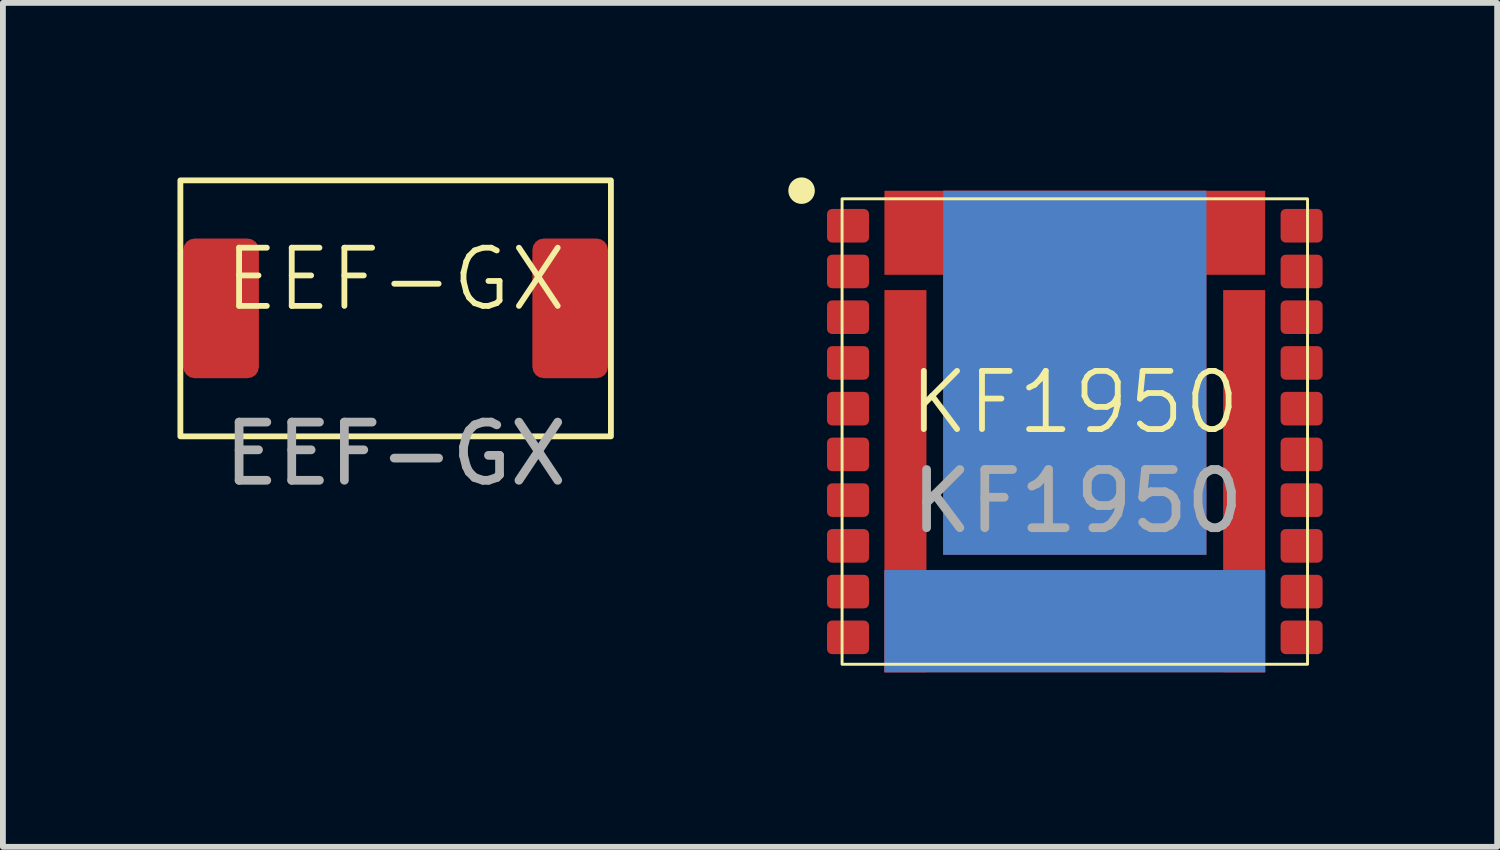
<source format=kicad_pcb>
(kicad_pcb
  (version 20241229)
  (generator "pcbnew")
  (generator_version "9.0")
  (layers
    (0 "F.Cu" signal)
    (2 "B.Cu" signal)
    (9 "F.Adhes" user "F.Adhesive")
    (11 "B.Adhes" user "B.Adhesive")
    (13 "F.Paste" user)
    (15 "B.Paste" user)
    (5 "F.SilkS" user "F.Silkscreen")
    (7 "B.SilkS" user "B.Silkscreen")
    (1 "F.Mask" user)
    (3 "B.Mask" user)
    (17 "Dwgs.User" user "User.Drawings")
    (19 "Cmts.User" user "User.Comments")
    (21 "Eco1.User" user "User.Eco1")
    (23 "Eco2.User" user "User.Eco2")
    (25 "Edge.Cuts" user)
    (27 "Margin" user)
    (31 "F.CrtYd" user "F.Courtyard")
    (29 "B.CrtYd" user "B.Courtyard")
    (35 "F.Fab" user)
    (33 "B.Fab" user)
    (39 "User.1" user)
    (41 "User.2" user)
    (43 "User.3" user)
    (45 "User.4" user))
  (footprint "EEF-GX"
    (layer "F.Cu")
    (at 3.75 2.25)
    (property "Reference" "EEF-GX" (at 0 -0.5 0) (unlocked yes) (layer "F.SilkS") (effects (font (size 1 1) (thickness 0.1))))
    (attr smd)
    (fp_rect (start -3.7 -2.2) (end 3.7 2.2) (stroke (width 0.1) (type default)) (fill no) (layer "F.SilkS"))
    (fp_text user "${REFERENCE}" (at 0 2.5 0) (unlocked yes) (layer "F.Fab") (effects (font (size 1 1) (thickness 0.15))))
    (pad "1" smd roundrect (at 3 0) (size 1.3 2.4) (layers "F.Cu" "F.Mask" "F.Paste") (roundrect_rratio 0.15))
    (pad "2" smd roundrect (at -3 0) (size 1.3 2.4) (layers "F.Cu" "F.Mask" "F.Paste") (roundrect_rratio 0.15)))
  (footprint "KF1950"
    (layer "F.Cu")
    (at 15.423 4.367)
    (property "Reference" "KF1950" (at 0 -0.5 0) (unlocked yes) (layer "F.SilkS") (effects (font (size 1 1) (thickness 0.1))))
    (attr smd)
    (fp_rect (start -3.272 -4.138) (end 3.272 -2.694) (stroke (width 0) (type solid)) (fill yes) (layers "F.Cu" "F.Mask"))
    (fp_rect (start -3.272 -2.431) (end -2.55 4.138) (stroke (width 0) (type solid)) (fill yes) (layers "F.Cu" "F.Mask"))
    (fp_rect (start -3.272 2.381) (end 3.272 4.138) (stroke (width 0) (type solid)) (fill yes) (layers "F.Cu" "F.Mask"))
    (fp_rect (start -2.262 -4.138) (end 2.262 2.118) (stroke (width 0) (type solid)) (fill yes) (layers "F.Cu" "F.Mask"))
    (fp_rect (start 3.272 -2.431) (end 2.55 4.138) (stroke (width 0) (type solid)) (fill yes) (layers "F.Cu" "F.Mask"))
    (fp_rect (start -3.272 2.381) (end 3.272 4.138) (stroke (width 0) (type solid)) (fill yes) (layers "B.Cu" "B.Mask"))
    (fp_rect (start -2.262 -4.138) (end 2.262 2.118) (stroke (width 0) (type solid)) (fill yes) (layers "B.Cu" "B.Mask"))
    (fp_rect (start 4 -4) (end -4 4) (stroke (width 0.05) (type solid)) (fill no) (layer "F.SilkS"))
    (fp_circle (center -4.696 -4.14) (end -4.493 -4.14) (stroke (width 0.05) (type solid)) (fill yes) (layer "F.SilkS"))
    (fp_rect (start -3.1 -2) (end -2.7 -0.5) (stroke (width 0) (type default)) (fill yes) (layer "F.Paste"))
    (fp_rect (start -3.1 0.5) (end -2.7 2) (stroke (width 0) (type solid)) (fill yes) (layer "F.Paste"))
    (fp_rect (start -3 -4) (end -1.1 -2.8) (stroke (width 0) (type default)) (fill yes) (layer "F.Paste"))
    (fp_rect (start -2 -2.5) (end -0.8 -1.1) (stroke (width 0) (type default)) (fill yes) (layer "F.Paste"))
    (fp_rect (start -2 -0.973) (end -0.8 0.427) (stroke (width 0) (type default)) (fill yes) (layer "F.Paste"))
    (fp_rect (start -2 0.553) (end -0.8 1.953) (stroke (width 0) (type default)) (fill yes) (layer "F.Paste"))
    (fp_rect (start -1.2 2.55) (end -3.1 3.95) (stroke (width 0) (type default)) (fill yes) (layer "F.Paste"))
    (fp_rect (start -0.6 -2.5) (end 0.6 -1.1) (stroke (width 0) (type default)) (fill yes) (layer "F.Paste"))
    (fp_rect (start -0.6 -0.973) (end 0.6 0.427) (stroke (width 0) (type default)) (fill yes) (layer "F.Paste"))
    (fp_rect (start -0.6 0.553) (end 0.6 1.953) (stroke (width 0) (type default)) (fill yes) (layer "F.Paste"))
    (fp_rect (start 0.8 -2.5) (end 2 -1.1) (stroke (width 0) (type default)) (fill yes) (layer "F.Paste"))
    (fp_rect (start 0.8 -0.973) (end 2 0.427) (stroke (width 0) (type default)) (fill yes) (layer "F.Paste"))
    (fp_rect (start 0.8 0.553) (end 2 1.953) (stroke (width 0) (type default)) (fill yes) (layer "F.Paste"))
    (fp_rect (start 1.1 -4) (end 3 -2.8) (stroke (width 0) (type default)) (fill yes) (layer "F.Paste"))
    (fp_rect (start 1.2 2.55) (end 3.1 3.95) (stroke (width 0) (type default)) (fill yes) (layer "F.Paste"))
    (fp_rect (start 2.7 -2) (end 3.1 -0.5) (stroke (width 0) (type default)) (fill yes) (layer "F.Paste"))
    (fp_rect (start 2.7 0.5) (end 3.1 2) (stroke (width 0) (type default)) (fill yes) (layer "F.Paste"))
    (fp_text user "${REFERENCE}" (at 0.048 1.198 0) (unlocked yes) (layer "F.Fab") (effects (font (size 1 1) (thickness 0.15))))
    (pad "1" smd roundrect (at -3.898 -3.537) (size 0.722 0.577) (layers "F.Cu" "F.Mask" "F.Paste") (roundrect_rratio 0.15))
    (pad "2" smd roundrect (at -3.898 -2.751) (size 0.722 0.577) (layers "F.Cu" "F.Mask" "F.Paste") (roundrect_rratio 0.15))
    (pad "3" smd roundrect (at -3.898 -1.965) (size 0.722 0.577) (layers "F.Cu" "F.Mask" "F.Paste") (roundrect_rratio 0.15))
    (pad "4" smd roundrect (at -3.898 -1.179) (size 0.722 0.577) (layers "F.Cu" "F.Mask" "F.Paste") (roundrect_rratio 0.15))
    (pad "5" smd roundrect (at -3.898 -0.393) (size 0.722 0.577) (layers "F.Cu" "F.Mask" "F.Paste") (roundrect_rratio 0.15))
    (pad "6" smd roundrect (at -3.898 0.393) (size 0.722 0.577) (layers "F.Cu" "F.Mask" "F.Paste") (roundrect_rratio 0.15))
    (pad "7" smd roundrect (at -3.898 1.179) (size 0.722 0.577) (layers "F.Cu" "F.Mask" "F.Paste") (roundrect_rratio 0.15))
    (pad "8" smd roundrect (at -3.898 1.965) (size 0.722 0.577) (layers "F.Cu" "F.Mask" "F.Paste") (roundrect_rratio 0.15))
    (pad "9" smd roundrect (at -3.898 2.751) (size 0.722 0.577) (layers "F.Cu" "F.Mask" "F.Paste") (roundrect_rratio 0.15))
    (pad "10" smd roundrect (at -3.898 3.537) (size 0.722 0.577) (layers "F.Cu" "F.Mask" "F.Paste") (roundrect_rratio 0.15))
    (pad "11" smd roundrect (at 3.898 3.537) (size 0.722 0.577) (layers "F.Cu" "F.Mask" "F.Paste") (roundrect_rratio 0.15))
    (pad "12" smd roundrect (at 3.898 2.751) (size 0.722 0.577) (layers "F.Cu" "F.Mask" "F.Paste") (roundrect_rratio 0.15))
    (pad "13" smd roundrect (at 3.898 1.965) (size 0.722 0.577) (layers "F.Cu" "F.Mask" "F.Paste") (roundrect_rratio 0.15))
    (pad "14" smd roundrect (at 3.898 1.179) (size 0.722 0.577) (layers "F.Cu" "F.Mask" "F.Paste") (roundrect_rratio 0.15))
    (pad "15" smd roundrect (at 3.898 0.393) (size 0.722 0.577) (layers "F.Cu" "F.Mask" "F.Paste") (roundrect_rratio 0.15))
    (pad "16" smd roundrect (at 3.898 -0.393) (size 0.722 0.577) (layers "F.Cu" "F.Mask" "F.Paste") (roundrect_rratio 0.15))
    (pad "17" smd roundrect (at 3.898 -1.179) (size 0.722 0.577) (layers "F.Cu" "F.Mask" "F.Paste") (roundrect_rratio 0.15))
    (pad "18" smd roundrect (at 3.898 -1.965) (size 0.722 0.577) (layers "F.Cu" "F.Mask" "F.Paste") (roundrect_rratio 0.15))
    (pad "19" smd roundrect (at 3.898 -2.751) (size 0.722 0.577) (layers "F.Cu" "F.Mask" "F.Paste") (roundrect_rratio 0.15))
    (pad "20" smd roundrect (at 3.898 -3.537) (size 0.722 0.577) (layers "F.Cu" "F.Mask" "F.Paste") (roundrect_rratio 0.15))
    (pad "21" smd roundrect (at 0 -3.4) (size 1.9 1.2) (layers "F.Cu" "F.Mask" "F.Paste") (roundrect_rratio 0.15))
    (pad "22" smd roundrect (at 0 3.28) (size 1.9 1.4) (layers "F.Cu" "F.Mask" "F.Paste") (roundrect_rratio 0.15)))
  (gr_rect
    (start -3 -3)
    (end 22.682 11.505)
    (stroke (width 0.1) (type default))
    (fill no)
    (layer "Edge.Cuts")))
</source>
